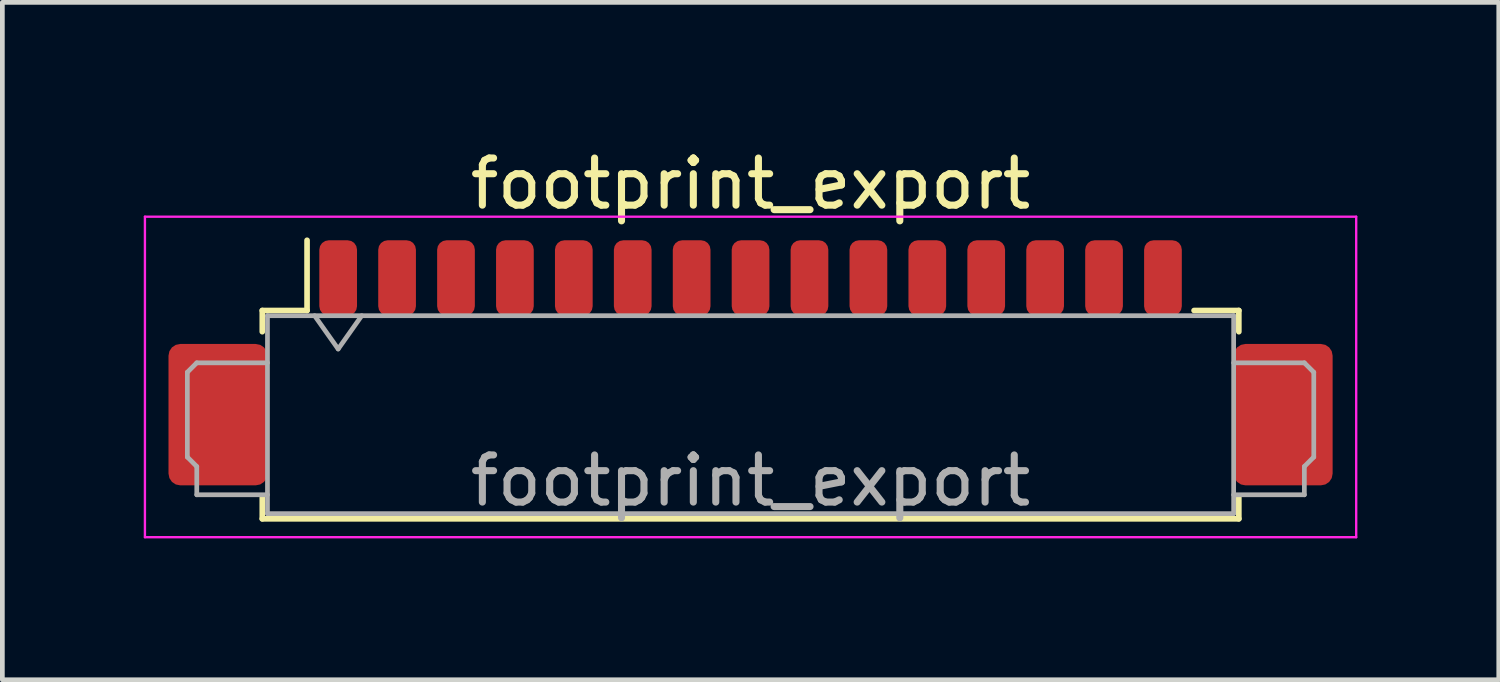
<source format=kicad_pcb>
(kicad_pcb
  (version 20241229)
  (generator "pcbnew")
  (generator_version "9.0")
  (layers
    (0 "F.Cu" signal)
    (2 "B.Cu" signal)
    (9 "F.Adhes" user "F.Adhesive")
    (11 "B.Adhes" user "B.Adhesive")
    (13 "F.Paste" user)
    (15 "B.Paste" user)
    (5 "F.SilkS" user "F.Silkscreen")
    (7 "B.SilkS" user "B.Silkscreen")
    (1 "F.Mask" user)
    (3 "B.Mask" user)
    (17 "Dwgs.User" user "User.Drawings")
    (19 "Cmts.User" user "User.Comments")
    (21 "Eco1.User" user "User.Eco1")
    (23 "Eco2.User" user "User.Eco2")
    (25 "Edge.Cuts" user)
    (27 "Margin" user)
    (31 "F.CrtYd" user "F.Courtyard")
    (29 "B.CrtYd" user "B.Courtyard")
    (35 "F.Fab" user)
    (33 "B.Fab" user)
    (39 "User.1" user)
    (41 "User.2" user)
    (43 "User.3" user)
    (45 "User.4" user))
  (footprint "footprint_export"
    (layer "F.Cu")
    (at 12.875 5.248)
    (property "Reference" "footprint_export" (at 0 -4.4 0) (layer "F.SilkS") (effects (font (size 1 1) (thickness 0.15))))
    (attr smd)
    (fp_line (start -10.36 -1.71) (end -9.41 -1.71) (stroke (width 0.12) (type solid)) (layer "F.SilkS"))
    (fp_line (start -10.36 -1.26) (end -10.36 -1.71) (stroke (width 0.12) (type solid)) (layer "F.SilkS"))
    (fp_line (start -10.36 2.26) (end -10.36 2.71) (stroke (width 0.12) (type solid)) (layer "F.SilkS"))
    (fp_line (start -10.36 2.71) (end 10.36 2.71) (stroke (width 0.12) (type solid)) (layer "F.SilkS"))
    (fp_line (start -9.41 -1.71) (end -9.41 -3.2) (stroke (width 0.12) (type solid)) (layer "F.SilkS"))
    (fp_line (start 10.36 -1.71) (end 9.41 -1.71) (stroke (width 0.12) (type solid)) (layer "F.SilkS"))
    (fp_line (start 10.36 -1.26) (end 10.36 -1.71) (stroke (width 0.12) (type solid)) (layer "F.SilkS"))
    (fp_line (start 10.36 2.71) (end 10.36 2.26) (stroke (width 0.12) (type solid)) (layer "F.SilkS"))
    (fp_line (start -12.85 -3.7) (end -12.85 3.1) (stroke (width 0.05) (type solid)) (layer "F.CrtYd"))
    (fp_line (start -12.85 3.1) (end 12.85 3.1) (stroke (width 0.05) (type solid)) (layer "F.CrtYd"))
    (fp_line (start 12.85 -3.7) (end -12.85 -3.7) (stroke (width 0.05) (type solid)) (layer "F.CrtYd"))
    (fp_line (start 12.85 3.1) (end 12.85 -3.7) (stroke (width 0.05) (type solid)) (layer "F.CrtYd"))
    (fp_line (start -11.95 -0.4) (end -11.95 1.4) (stroke (width 0.1) (type solid)) (layer "F.Fab"))
    (fp_line (start -11.95 1.4) (end -11.75 1.6) (stroke (width 0.1) (type solid)) (layer "F.Fab"))
    (fp_line (start -11.75 -0.6) (end -11.95 -0.4) (stroke (width 0.1) (type solid)) (layer "F.Fab"))
    (fp_line (start -11.75 1.6) (end -11.75 2.2) (stroke (width 0.1) (type solid)) (layer "F.Fab"))
    (fp_line (start -11.75 2.2) (end -10.25 2.2) (stroke (width 0.1) (type solid)) (layer "F.Fab"))
    (fp_line (start -10.25 -1.6) (end -10.25 2.6) (stroke (width 0.1) (type solid)) (layer "F.Fab"))
    (fp_line (start -10.25 -1.6) (end 10.25 -1.6) (stroke (width 0.1) (type solid)) (layer "F.Fab"))
    (fp_line (start -10.25 -0.6) (end -11.75 -0.6) (stroke (width 0.1) (type solid)) (layer "F.Fab"))
    (fp_line (start -10.25 2.6) (end 10.25 2.6) (stroke (width 0.1) (type solid)) (layer "F.Fab"))
    (fp_line (start -9.25 -1.6) (end -8.75 -0.893) (stroke (width 0.1) (type solid)) (layer "F.Fab"))
    (fp_line (start -8.75 -0.893) (end -8.25 -1.6) (stroke (width 0.1) (type solid)) (layer "F.Fab"))
    (fp_line (start 10.25 -1.6) (end 10.25 2.6) (stroke (width 0.1) (type solid)) (layer "F.Fab"))
    (fp_line (start 10.25 -0.6) (end 11.75 -0.6) (stroke (width 0.1) (type solid)) (layer "F.Fab"))
    (fp_line (start 11.75 -0.6) (end 11.95 -0.4) (stroke (width 0.1) (type solid)) (layer "F.Fab"))
    (fp_line (start 11.75 1.6) (end 11.75 2.2) (stroke (width 0.1) (type solid)) (layer "F.Fab"))
    (fp_line (start 11.75 2.2) (end 10.25 2.2) (stroke (width 0.1) (type solid)) (layer "F.Fab"))
    (fp_line (start 11.95 -0.4) (end 11.95 1.4) (stroke (width 0.1) (type solid)) (layer "F.Fab"))
    (fp_line (start 11.95 1.4) (end 11.75 1.6) (stroke (width 0.1) (type solid)) (layer "F.Fab"))
    (fp_text user "${REFERENCE}" (at 0 1.9 0) (layer "F.Fab") (effects (font (size 1 1) (thickness 0.15))))
    (pad "1" smd roundrect (at -8.75 -2.4) (size 0.8 1.6) (layers "F.Cu" "F.Mask" "F.Paste") (roundrect_rratio 0.25))
    (pad "2" smd roundrect (at -7.5 -2.4) (size 0.8 1.6) (layers "F.Cu" "F.Mask" "F.Paste") (roundrect_rratio 0.25))
    (pad "3" smd roundrect (at -6.25 -2.4) (size 0.8 1.6) (layers "F.Cu" "F.Mask" "F.Paste") (roundrect_rratio 0.25))
    (pad "4" smd roundrect (at -5 -2.4) (size 0.8 1.6) (layers "F.Cu" "F.Mask" "F.Paste") (roundrect_rratio 0.25))
    (pad "5" smd roundrect (at -3.75 -2.4) (size 0.8 1.6) (layers "F.Cu" "F.Mask" "F.Paste") (roundrect_rratio 0.25))
    (pad "6" smd roundrect (at -2.5 -2.4) (size 0.8 1.6) (layers "F.Cu" "F.Mask" "F.Paste") (roundrect_rratio 0.25))
    (pad "7" smd roundrect (at -1.25 -2.4) (size 0.8 1.6) (layers "F.Cu" "F.Mask" "F.Paste") (roundrect_rratio 0.25))
    (pad "8" smd roundrect (at 0 -2.4) (size 0.8 1.6) (layers "F.Cu" "F.Mask" "F.Paste") (roundrect_rratio 0.25))
    (pad "9" smd roundrect (at 1.25 -2.4) (size 0.8 1.6) (layers "F.Cu" "F.Mask" "F.Paste") (roundrect_rratio 0.25))
    (pad "10" smd roundrect (at 2.5 -2.4) (size 0.8 1.6) (layers "F.Cu" "F.Mask" "F.Paste") (roundrect_rratio 0.25))
    (pad "11" smd roundrect (at 3.75 -2.4) (size 0.8 1.6) (layers "F.Cu" "F.Mask" "F.Paste") (roundrect_rratio 0.25))
    (pad "12" smd roundrect (at 5 -2.4) (size 0.8 1.6) (layers "F.Cu" "F.Mask" "F.Paste") (roundrect_rratio 0.25))
    (pad "13" smd roundrect (at 6.25 -2.4) (size 0.8 1.6) (layers "F.Cu" "F.Mask" "F.Paste") (roundrect_rratio 0.25))
    (pad "14" smd roundrect (at 7.5 -2.4) (size 0.8 1.6) (layers "F.Cu" "F.Mask" "F.Paste") (roundrect_rratio 0.25))
    (pad "15" smd roundrect (at 8.75 -2.4) (size 0.8 1.6) (layers "F.Cu" "F.Mask" "F.Paste") (roundrect_rratio 0.25))
    (pad "MP" smd roundrect (at -11.3 0.5) (size 2.1 3) (layers "F.Cu" "F.Mask" "F.Paste") (roundrect_rratio 0.119))
    (pad "MP" smd roundrect (at 11.3 0.5) (size 2.1 3) (layers "F.Cu" "F.Mask" "F.Paste") (roundrect_rratio 0.119)))
  (gr_rect
    (start -3 -3)
    (end 28.75 11.373)
    (stroke (width 0.1) (type default))
    (fill no)
    (layer "Edge.Cuts")))
</source>
